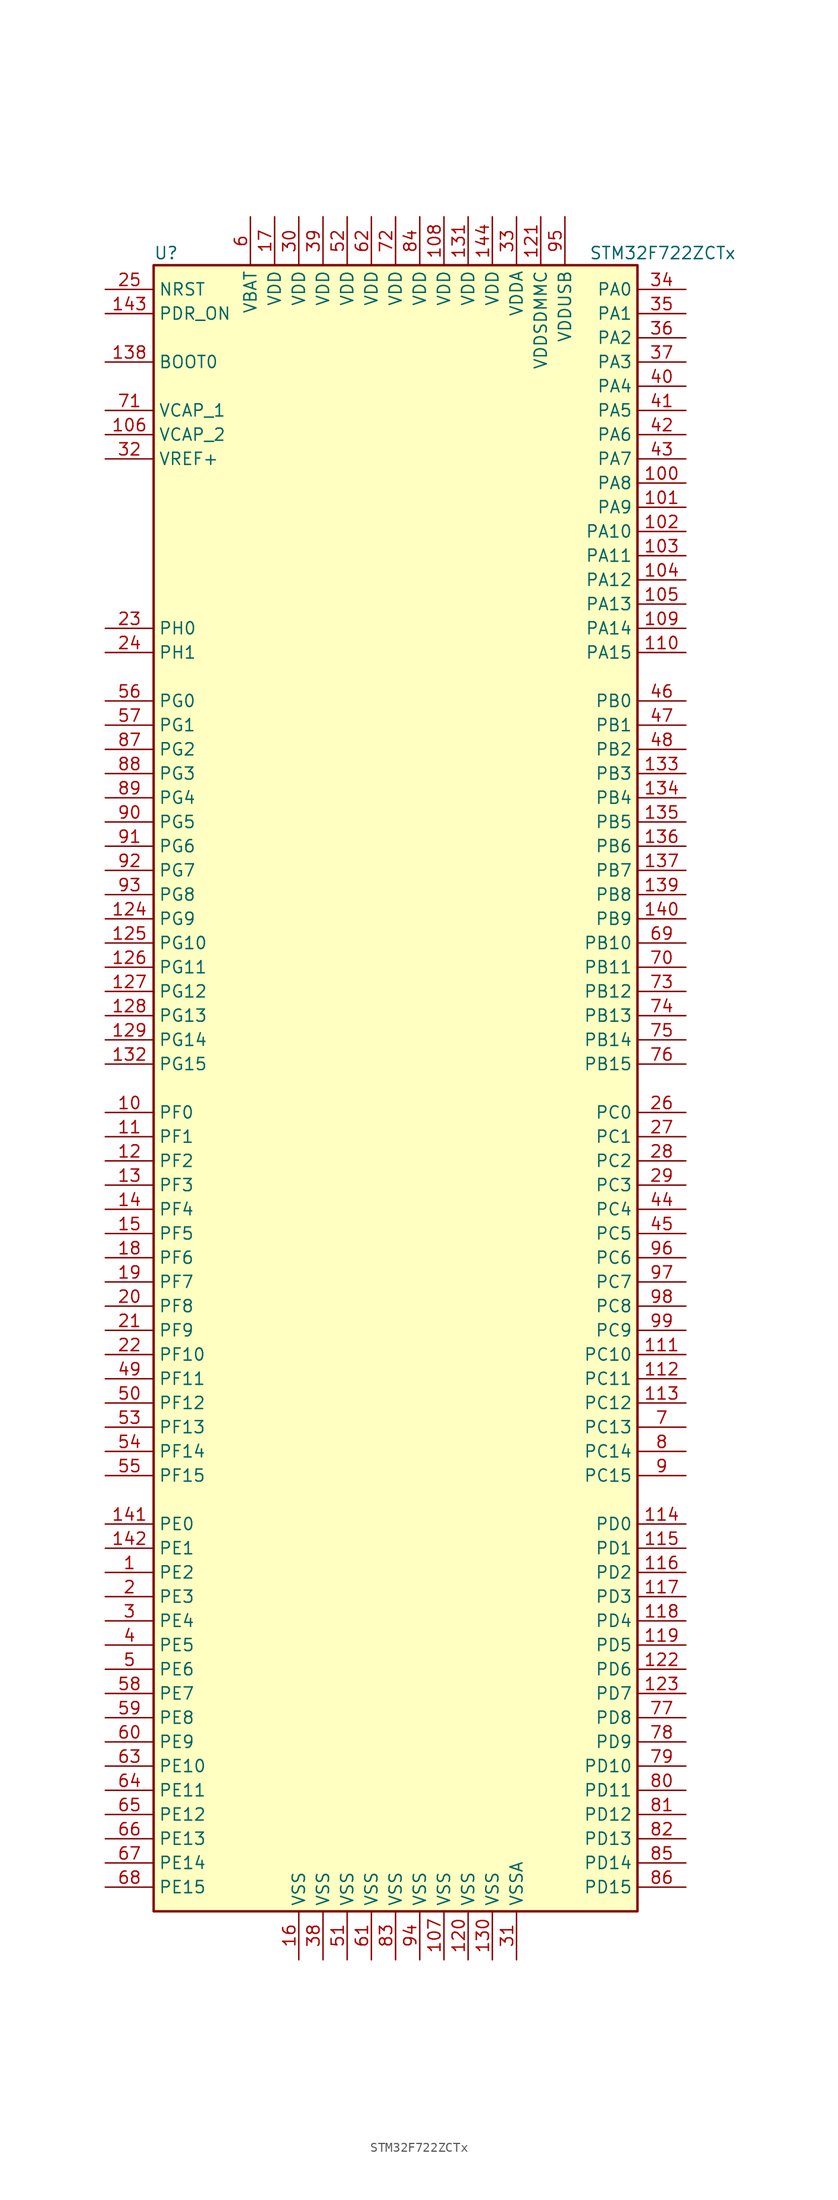
<source format=kicad_sym>
(kicad_symbol_lib
  (version 20201005)
  (generator kicad_symbol_editor)
  (symbol "STM32F722ZCTx"
    (property "Reference" "U"
      (at -25.4 87.63 0)
      (effects (font (size 1.27 1.27)) (justify left)))
    (property "Value" "STM32F722ZCTx"
      (at 20.32 87.63 0)
      (effects (font (size 1.27 1.27)) (justify left)))
    (symbol "STM32F722ZCTx_0_1"
      (rectangle (start -25.4 -86.36) (end 25.4 86.36) (stroke (width 0.254)) (fill (type background))))
    (symbol "STM32F722ZCTx_1_1"
      (pin bidirectional line (at -30.48 -50.8 0) (length 5.08) (name "PE2" (effects (font (size 1.27 1.27)))) (number "1" (effects (font (size 1.27 1.27)))))
      (pin bidirectional line (at -30.48 -2.54 0) (length 5.08) (name "PF0" (effects (font (size 1.27 1.27)))) (number "10" (effects (font (size 1.27 1.27)))))
      (pin bidirectional line (at 30.48 63.5 180) (length 5.08) (name "PA8" (effects (font (size 1.27 1.27)))) (number "100" (effects (font (size 1.27 1.27)))))
      (pin bidirectional line (at 30.48 60.96 180) (length 5.08) (name "PA9" (effects (font (size 1.27 1.27)))) (number "101" (effects (font (size 1.27 1.27)))))
      (pin bidirectional line (at 30.48 58.42 180) (length 5.08) (name "PA10" (effects (font (size 1.27 1.27)))) (number "102" (effects (font (size 1.27 1.27)))))
      (pin bidirectional line (at 30.48 55.88 180) (length 5.08) (name "PA11" (effects (font (size 1.27 1.27)))) (number "103" (effects (font (size 1.27 1.27)))))
      (pin bidirectional line (at 30.48 53.34 180) (length 5.08) (name "PA12" (effects (font (size 1.27 1.27)))) (number "104" (effects (font (size 1.27 1.27)))))
      (pin bidirectional line (at 30.48 50.8 180) (length 5.08) (name "PA13" (effects (font (size 1.27 1.27)))) (number "105" (effects (font (size 1.27 1.27)))))
      (pin power_in line (at -30.48 68.58 0) (length 5.08) (name "VCAP_2" (effects (font (size 1.27 1.27)))) (number "106" (effects (font (size 1.27 1.27)))))
      (pin power_in line (at 5.08 -91.44 90) (length 5.08) (name "VSS" (effects (font (size 1.27 1.27)))) (number "107" (effects (font (size 1.27 1.27)))))
      (pin power_in line (at 5.08 91.44 270) (length 5.08) (name "VDD" (effects (font (size 1.27 1.27)))) (number "108" (effects (font (size 1.27 1.27)))))
      (pin bidirectional line (at 30.48 48.26 180) (length 5.08) (name "PA14" (effects (font (size 1.27 1.27)))) (number "109" (effects (font (size 1.27 1.27)))))
      (pin bidirectional line (at -30.48 -5.08 0) (length 5.08) (name "PF1" (effects (font (size 1.27 1.27)))) (number "11" (effects (font (size 1.27 1.27)))))
      (pin bidirectional line (at 30.48 45.72 180) (length 5.08) (name "PA15" (effects (font (size 1.27 1.27)))) (number "110" (effects (font (size 1.27 1.27)))))
      (pin bidirectional line (at 30.48 -27.94 180) (length 5.08) (name "PC10" (effects (font (size 1.27 1.27)))) (number "111" (effects (font (size 1.27 1.27)))))
      (pin bidirectional line (at 30.48 -30.48 180) (length 5.08) (name "PC11" (effects (font (size 1.27 1.27)))) (number "112" (effects (font (size 1.27 1.27)))))
      (pin bidirectional line (at 30.48 -33.02 180) (length 5.08) (name "PC12" (effects (font (size 1.27 1.27)))) (number "113" (effects (font (size 1.27 1.27)))))
      (pin bidirectional line (at 30.48 -45.72 180) (length 5.08) (name "PD0" (effects (font (size 1.27 1.27)))) (number "114" (effects (font (size 1.27 1.27)))))
      (pin bidirectional line (at 30.48 -48.26 180) (length 5.08) (name "PD1" (effects (font (size 1.27 1.27)))) (number "115" (effects (font (size 1.27 1.27)))))
      (pin bidirectional line (at 30.48 -50.8 180) (length 5.08) (name "PD2" (effects (font (size 1.27 1.27)))) (number "116" (effects (font (size 1.27 1.27)))))
      (pin bidirectional line (at 30.48 -53.34 180) (length 5.08) (name "PD3" (effects (font (size 1.27 1.27)))) (number "117" (effects (font (size 1.27 1.27)))))
      (pin bidirectional line (at 30.48 -55.88 180) (length 5.08) (name "PD4" (effects (font (size 1.27 1.27)))) (number "118" (effects (font (size 1.27 1.27)))))
      (pin bidirectional line (at 30.48 -58.42 180) (length 5.08) (name "PD5" (effects (font (size 1.27 1.27)))) (number "119" (effects (font (size 1.27 1.27)))))
      (pin bidirectional line (at -30.48 -7.62 0) (length 5.08) (name "PF2" (effects (font (size 1.27 1.27)))) (number "12" (effects (font (size 1.27 1.27)))))
      (pin power_in line (at 7.62 -91.44 90) (length 5.08) (name "VSS" (effects (font (size 1.27 1.27)))) (number "120" (effects (font (size 1.27 1.27)))))
      (pin power_in line (at 15.24 91.44 270) (length 5.08) (name "VDDSDMMC" (effects (font (size 1.27 1.27)))) (number "121" (effects (font (size 1.27 1.27)))))
      (pin bidirectional line (at 30.48 -60.96 180) (length 5.08) (name "PD6" (effects (font (size 1.27 1.27)))) (number "122" (effects (font (size 1.27 1.27)))))
      (pin bidirectional line (at 30.48 -63.5 180) (length 5.08) (name "PD7" (effects (font (size 1.27 1.27)))) (number "123" (effects (font (size 1.27 1.27)))))
      (pin bidirectional line (at -30.48 17.78 0) (length 5.08) (name "PG9" (effects (font (size 1.27 1.27)))) (number "124" (effects (font (size 1.27 1.27)))))
      (pin bidirectional line (at -30.48 15.24 0) (length 5.08) (name "PG10" (effects (font (size 1.27 1.27)))) (number "125" (effects (font (size 1.27 1.27)))))
      (pin bidirectional line (at -30.48 12.7 0) (length 5.08) (name "PG11" (effects (font (size 1.27 1.27)))) (number "126" (effects (font (size 1.27 1.27)))))
      (pin bidirectional line (at -30.48 10.16 0) (length 5.08) (name "PG12" (effects (font (size 1.27 1.27)))) (number "127" (effects (font (size 1.27 1.27)))))
      (pin bidirectional line (at -30.48 7.62 0) (length 5.08) (name "PG13" (effects (font (size 1.27 1.27)))) (number "128" (effects (font (size 1.27 1.27)))))
      (pin bidirectional line (at -30.48 5.08 0) (length 5.08) (name "PG14" (effects (font (size 1.27 1.27)))) (number "129" (effects (font (size 1.27 1.27)))))
      (pin bidirectional line (at -30.48 -10.16 0) (length 5.08) (name "PF3" (effects (font (size 1.27 1.27)))) (number "13" (effects (font (size 1.27 1.27)))))
      (pin power_in line (at 10.16 -91.44 90) (length 5.08) (name "VSS" (effects (font (size 1.27 1.27)))) (number "130" (effects (font (size 1.27 1.27)))))
      (pin power_in line (at 7.62 91.44 270) (length 5.08) (name "VDD" (effects (font (size 1.27 1.27)))) (number "131" (effects (font (size 1.27 1.27)))))
      (pin bidirectional line (at -30.48 2.54 0) (length 5.08) (name "PG15" (effects (font (size 1.27 1.27)))) (number "132" (effects (font (size 1.27 1.27)))))
      (pin bidirectional line (at 30.48 33.02 180) (length 5.08) (name "PB3" (effects (font (size 1.27 1.27)))) (number "133" (effects (font (size 1.27 1.27)))))
      (pin bidirectional line (at 30.48 30.48 180) (length 5.08) (name "PB4" (effects (font (size 1.27 1.27)))) (number "134" (effects (font (size 1.27 1.27)))))
      (pin bidirectional line (at 30.48 27.94 180) (length 5.08) (name "PB5" (effects (font (size 1.27 1.27)))) (number "135" (effects (font (size 1.27 1.27)))))
      (pin bidirectional line (at 30.48 25.4 180) (length 5.08) (name "PB6" (effects (font (size 1.27 1.27)))) (number "136" (effects (font (size 1.27 1.27)))))
      (pin bidirectional line (at 30.48 22.86 180) (length 5.08) (name "PB7" (effects (font (size 1.27 1.27)))) (number "137" (effects (font (size 1.27 1.27)))))
      (pin input line (at -30.48 76.2 0) (length 5.08) (name "BOOT0" (effects (font (size 1.27 1.27)))) (number "138" (effects (font (size 1.27 1.27)))))
      (pin bidirectional line (at 30.48 20.32 180) (length 5.08) (name "PB8" (effects (font (size 1.27 1.27)))) (number "139" (effects (font (size 1.27 1.27)))))
      (pin bidirectional line (at -30.48 -12.7 0) (length 5.08) (name "PF4" (effects (font (size 1.27 1.27)))) (number "14" (effects (font (size 1.27 1.27)))))
      (pin bidirectional line (at 30.48 17.78 180) (length 5.08) (name "PB9" (effects (font (size 1.27 1.27)))) (number "140" (effects (font (size 1.27 1.27)))))
      (pin bidirectional line (at -30.48 -45.72 0) (length 5.08) (name "PE0" (effects (font (size 1.27 1.27)))) (number "141" (effects (font (size 1.27 1.27)))))
      (pin bidirectional line (at -30.48 -48.26 0) (length 5.08) (name "PE1" (effects (font (size 1.27 1.27)))) (number "142" (effects (font (size 1.27 1.27)))))
      (pin input line (at -30.48 81.28 0) (length 5.08) (name "PDR_ON" (effects (font (size 1.27 1.27)))) (number "143" (effects (font (size 1.27 1.27)))))
      (pin power_in line (at 10.16 91.44 270) (length 5.08) (name "VDD" (effects (font (size 1.27 1.27)))) (number "144" (effects (font (size 1.27 1.27)))))
      (pin bidirectional line (at -30.48 -15.24 0) (length 5.08) (name "PF5" (effects (font (size 1.27 1.27)))) (number "15" (effects (font (size 1.27 1.27)))))
      (pin power_in line (at -10.16 -91.44 90) (length 5.08) (name "VSS" (effects (font (size 1.27 1.27)))) (number "16" (effects (font (size 1.27 1.27)))))
      (pin power_in line (at -12.7 91.44 270) (length 5.08) (name "VDD" (effects (font (size 1.27 1.27)))) (number "17" (effects (font (size 1.27 1.27)))))
      (pin bidirectional line (at -30.48 -17.78 0) (length 5.08) (name "PF6" (effects (font (size 1.27 1.27)))) (number "18" (effects (font (size 1.27 1.27)))))
      (pin bidirectional line (at -30.48 -20.32 0) (length 5.08) (name "PF7" (effects (font (size 1.27 1.27)))) (number "19" (effects (font (size 1.27 1.27)))))
      (pin bidirectional line (at -30.48 -53.34 0) (length 5.08) (name "PE3" (effects (font (size 1.27 1.27)))) (number "2" (effects (font (size 1.27 1.27)))))
      (pin bidirectional line (at -30.48 -22.86 0) (length 5.08) (name "PF8" (effects (font (size 1.27 1.27)))) (number "20" (effects (font (size 1.27 1.27)))))
      (pin bidirectional line (at -30.48 -25.4 0) (length 5.08) (name "PF9" (effects (font (size 1.27 1.27)))) (number "21" (effects (font (size 1.27 1.27)))))
      (pin bidirectional line (at -30.48 -27.94 0) (length 5.08) (name "PF10" (effects (font (size 1.27 1.27)))) (number "22" (effects (font (size 1.27 1.27)))))
      (pin input line (at -30.48 48.26 0) (length 5.08) (name "PH0" (effects (font (size 1.27 1.27)))) (number "23" (effects (font (size 1.27 1.27)))))
      (pin input line (at -30.48 45.72 0) (length 5.08) (name "PH1" (effects (font (size 1.27 1.27)))) (number "24" (effects (font (size 1.27 1.27)))))
      (pin input line (at -30.48 83.82 0) (length 5.08) (name "NRST" (effects (font (size 1.27 1.27)))) (number "25" (effects (font (size 1.27 1.27)))))
      (pin bidirectional line (at 30.48 -2.54 180) (length 5.08) (name "PC0" (effects (font (size 1.27 1.27)))) (number "26" (effects (font (size 1.27 1.27)))))
      (pin bidirectional line (at 30.48 -5.08 180) (length 5.08) (name "PC1" (effects (font (size 1.27 1.27)))) (number "27" (effects (font (size 1.27 1.27)))))
      (pin bidirectional line (at 30.48 -7.62 180) (length 5.08) (name "PC2" (effects (font (size 1.27 1.27)))) (number "28" (effects (font (size 1.27 1.27)))))
      (pin bidirectional line (at 30.48 -10.16 180) (length 5.08) (name "PC3" (effects (font (size 1.27 1.27)))) (number "29" (effects (font (size 1.27 1.27)))))
      (pin bidirectional line (at -30.48 -55.88 0) (length 5.08) (name "PE4" (effects (font (size 1.27 1.27)))) (number "3" (effects (font (size 1.27 1.27)))))
      (pin power_in line (at -10.16 91.44 270) (length 5.08) (name "VDD" (effects (font (size 1.27 1.27)))) (number "30" (effects (font (size 1.27 1.27)))))
      (pin power_in line (at 12.7 -91.44 90) (length 5.08) (name "VSSA" (effects (font (size 1.27 1.27)))) (number "31" (effects (font (size 1.27 1.27)))))
      (pin power_in line (at -30.48 66.04 0) (length 5.08) (name "VREF+" (effects (font (size 1.27 1.27)))) (number "32" (effects (font (size 1.27 1.27)))))
      (pin power_in line (at 12.7 91.44 270) (length 5.08) (name "VDDA" (effects (font (size 1.27 1.27)))) (number "33" (effects (font (size 1.27 1.27)))))
      (pin bidirectional line (at 30.48 83.82 180) (length 5.08) (name "PA0" (effects (font (size 1.27 1.27)))) (number "34" (effects (font (size 1.27 1.27)))))
      (pin bidirectional line (at 30.48 81.28 180) (length 5.08) (name "PA1" (effects (font (size 1.27 1.27)))) (number "35" (effects (font (size 1.27 1.27)))))
      (pin bidirectional line (at 30.48 78.74 180) (length 5.08) (name "PA2" (effects (font (size 1.27 1.27)))) (number "36" (effects (font (size 1.27 1.27)))))
      (pin bidirectional line (at 30.48 76.2 180) (length 5.08) (name "PA3" (effects (font (size 1.27 1.27)))) (number "37" (effects (font (size 1.27 1.27)))))
      (pin power_in line (at -7.62 -91.44 90) (length 5.08) (name "VSS" (effects (font (size 1.27 1.27)))) (number "38" (effects (font (size 1.27 1.27)))))
      (pin power_in line (at -7.62 91.44 270) (length 5.08) (name "VDD" (effects (font (size 1.27 1.27)))) (number "39" (effects (font (size 1.27 1.27)))))
      (pin bidirectional line (at -30.48 -58.42 0) (length 5.08) (name "PE5" (effects (font (size 1.27 1.27)))) (number "4" (effects (font (size 1.27 1.27)))))
      (pin bidirectional line (at 30.48 73.66 180) (length 5.08) (name "PA4" (effects (font (size 1.27 1.27)))) (number "40" (effects (font (size 1.27 1.27)))))
      (pin bidirectional line (at 30.48 71.12 180) (length 5.08) (name "PA5" (effects (font (size 1.27 1.27)))) (number "41" (effects (font (size 1.27 1.27)))))
      (pin bidirectional line (at 30.48 68.58 180) (length 5.08) (name "PA6" (effects (font (size 1.27 1.27)))) (number "42" (effects (font (size 1.27 1.27)))))
      (pin bidirectional line (at 30.48 66.04 180) (length 5.08) (name "PA7" (effects (font (size 1.27 1.27)))) (number "43" (effects (font (size 1.27 1.27)))))
      (pin bidirectional line (at 30.48 -12.7 180) (length 5.08) (name "PC4" (effects (font (size 1.27 1.27)))) (number "44" (effects (font (size 1.27 1.27)))))
      (pin bidirectional line (at 30.48 -15.24 180) (length 5.08) (name "PC5" (effects (font (size 1.27 1.27)))) (number "45" (effects (font (size 1.27 1.27)))))
      (pin bidirectional line (at 30.48 40.64 180) (length 5.08) (name "PB0" (effects (font (size 1.27 1.27)))) (number "46" (effects (font (size 1.27 1.27)))))
      (pin bidirectional line (at 30.48 38.1 180) (length 5.08) (name "PB1" (effects (font (size 1.27 1.27)))) (number "47" (effects (font (size 1.27 1.27)))))
      (pin bidirectional line (at 30.48 35.56 180) (length 5.08) (name "PB2" (effects (font (size 1.27 1.27)))) (number "48" (effects (font (size 1.27 1.27)))))
      (pin bidirectional line (at -30.48 -30.48 0) (length 5.08) (name "PF11" (effects (font (size 1.27 1.27)))) (number "49" (effects (font (size 1.27 1.27)))))
      (pin bidirectional line (at -30.48 -60.96 0) (length 5.08) (name "PE6" (effects (font (size 1.27 1.27)))) (number "5" (effects (font (size 1.27 1.27)))))
      (pin bidirectional line (at -30.48 -33.02 0) (length 5.08) (name "PF12" (effects (font (size 1.27 1.27)))) (number "50" (effects (font (size 1.27 1.27)))))
      (pin power_in line (at -5.08 -91.44 90) (length 5.08) (name "VSS" (effects (font (size 1.27 1.27)))) (number "51" (effects (font (size 1.27 1.27)))))
      (pin power_in line (at -5.08 91.44 270) (length 5.08) (name "VDD" (effects (font (size 1.27 1.27)))) (number "52" (effects (font (size 1.27 1.27)))))
      (pin bidirectional line (at -30.48 -35.56 0) (length 5.08) (name "PF13" (effects (font (size 1.27 1.27)))) (number "53" (effects (font (size 1.27 1.27)))))
      (pin bidirectional line (at -30.48 -38.1 0) (length 5.08) (name "PF14" (effects (font (size 1.27 1.27)))) (number "54" (effects (font (size 1.27 1.27)))))
      (pin bidirectional line (at -30.48 -40.64 0) (length 5.08) (name "PF15" (effects (font (size 1.27 1.27)))) (number "55" (effects (font (size 1.27 1.27)))))
      (pin bidirectional line (at -30.48 40.64 0) (length 5.08) (name "PG0" (effects (font (size 1.27 1.27)))) (number "56" (effects (font (size 1.27 1.27)))))
      (pin bidirectional line (at -30.48 38.1 0) (length 5.08) (name "PG1" (effects (font (size 1.27 1.27)))) (number "57" (effects (font (size 1.27 1.27)))))
      (pin bidirectional line (at -30.48 -63.5 0) (length 5.08) (name "PE7" (effects (font (size 1.27 1.27)))) (number "58" (effects (font (size 1.27 1.27)))))
      (pin bidirectional line (at -30.48 -66.04 0) (length 5.08) (name "PE8" (effects (font (size 1.27 1.27)))) (number "59" (effects (font (size 1.27 1.27)))))
      (pin power_in line (at -15.24 91.44 270) (length 5.08) (name "VBAT" (effects (font (size 1.27 1.27)))) (number "6" (effects (font (size 1.27 1.27)))))
      (pin bidirectional line (at -30.48 -68.58 0) (length 5.08) (name "PE9" (effects (font (size 1.27 1.27)))) (number "60" (effects (font (size 1.27 1.27)))))
      (pin power_in line (at -2.54 -91.44 90) (length 5.08) (name "VSS" (effects (font (size 1.27 1.27)))) (number "61" (effects (font (size 1.27 1.27)))))
      (pin power_in line (at -2.54 91.44 270) (length 5.08) (name "VDD" (effects (font (size 1.27 1.27)))) (number "62" (effects (font (size 1.27 1.27)))))
      (pin bidirectional line (at -30.48 -71.12 0) (length 5.08) (name "PE10" (effects (font (size 1.27 1.27)))) (number "63" (effects (font (size 1.27 1.27)))))
      (pin bidirectional line (at -30.48 -73.66 0) (length 5.08) (name "PE11" (effects (font (size 1.27 1.27)))) (number "64" (effects (font (size 1.27 1.27)))))
      (pin bidirectional line (at -30.48 -76.2 0) (length 5.08) (name "PE12" (effects (font (size 1.27 1.27)))) (number "65" (effects (font (size 1.27 1.27)))))
      (pin bidirectional line (at -30.48 -78.74 0) (length 5.08) (name "PE13" (effects (font (size 1.27 1.27)))) (number "66" (effects (font (size 1.27 1.27)))))
      (pin bidirectional line (at -30.48 -81.28 0) (length 5.08) (name "PE14" (effects (font (size 1.27 1.27)))) (number "67" (effects (font (size 1.27 1.27)))))
      (pin bidirectional line (at -30.48 -83.82 0) (length 5.08) (name "PE15" (effects (font (size 1.27 1.27)))) (number "68" (effects (font (size 1.27 1.27)))))
      (pin bidirectional line (at 30.48 15.24 180) (length 5.08) (name "PB10" (effects (font (size 1.27 1.27)))) (number "69" (effects (font (size 1.27 1.27)))))
      (pin bidirectional line (at 30.48 -35.56 180) (length 5.08) (name "PC13" (effects (font (size 1.27 1.27)))) (number "7" (effects (font (size 1.27 1.27)))))
      (pin bidirectional line (at 30.48 12.7 180) (length 5.08) (name "PB11" (effects (font (size 1.27 1.27)))) (number "70" (effects (font (size 1.27 1.27)))))
      (pin power_in line (at -30.48 71.12 0) (length 5.08) (name "VCAP_1" (effects (font (size 1.27 1.27)))) (number "71" (effects (font (size 1.27 1.27)))))
      (pin power_in line (at 0 91.44 270) (length 5.08) (name "VDD" (effects (font (size 1.27 1.27)))) (number "72" (effects (font (size 1.27 1.27)))))
      (pin bidirectional line (at 30.48 10.16 180) (length 5.08) (name "PB12" (effects (font (size 1.27 1.27)))) (number "73" (effects (font (size 1.27 1.27)))))
      (pin bidirectional line (at 30.48 7.62 180) (length 5.08) (name "PB13" (effects (font (size 1.27 1.27)))) (number "74" (effects (font (size 1.27 1.27)))))
      (pin bidirectional line (at 30.48 5.08 180) (length 5.08) (name "PB14" (effects (font (size 1.27 1.27)))) (number "75" (effects (font (size 1.27 1.27)))))
      (pin bidirectional line (at 30.48 2.54 180) (length 5.08) (name "PB15" (effects (font (size 1.27 1.27)))) (number "76" (effects (font (size 1.27 1.27)))))
      (pin bidirectional line (at 30.48 -66.04 180) (length 5.08) (name "PD8" (effects (font (size 1.27 1.27)))) (number "77" (effects (font (size 1.27 1.27)))))
      (pin bidirectional line (at 30.48 -68.58 180) (length 5.08) (name "PD9" (effects (font (size 1.27 1.27)))) (number "78" (effects (font (size 1.27 1.27)))))
      (pin bidirectional line (at 30.48 -71.12 180) (length 5.08) (name "PD10" (effects (font (size 1.27 1.27)))) (number "79" (effects (font (size 1.27 1.27)))))
      (pin bidirectional line (at 30.48 -38.1 180) (length 5.08) (name "PC14" (effects (font (size 1.27 1.27)))) (number "8" (effects (font (size 1.27 1.27)))))
      (pin bidirectional line (at 30.48 -73.66 180) (length 5.08) (name "PD11" (effects (font (size 1.27 1.27)))) (number "80" (effects (font (size 1.27 1.27)))))
      (pin bidirectional line (at 30.48 -76.2 180) (length 5.08) (name "PD12" (effects (font (size 1.27 1.27)))) (number "81" (effects (font (size 1.27 1.27)))))
      (pin bidirectional line (at 30.48 -78.74 180) (length 5.08) (name "PD13" (effects (font (size 1.27 1.27)))) (number "82" (effects (font (size 1.27 1.27)))))
      (pin power_in line (at 0 -91.44 90) (length 5.08) (name "VSS" (effects (font (size 1.27 1.27)))) (number "83" (effects (font (size 1.27 1.27)))))
      (pin power_in line (at 2.54 91.44 270) (length 5.08) (name "VDD" (effects (font (size 1.27 1.27)))) (number "84" (effects (font (size 1.27 1.27)))))
      (pin bidirectional line (at 30.48 -81.28 180) (length 5.08) (name "PD14" (effects (font (size 1.27 1.27)))) (number "85" (effects (font (size 1.27 1.27)))))
      (pin bidirectional line (at 30.48 -83.82 180) (length 5.08) (name "PD15" (effects (font (size 1.27 1.27)))) (number "86" (effects (font (size 1.27 1.27)))))
      (pin bidirectional line (at -30.48 35.56 0) (length 5.08) (name "PG2" (effects (font (size 1.27 1.27)))) (number "87" (effects (font (size 1.27 1.27)))))
      (pin bidirectional line (at -30.48 33.02 0) (length 5.08) (name "PG3" (effects (font (size 1.27 1.27)))) (number "88" (effects (font (size 1.27 1.27)))))
      (pin bidirectional line (at -30.48 30.48 0) (length 5.08) (name "PG4" (effects (font (size 1.27 1.27)))) (number "89" (effects (font (size 1.27 1.27)))))
      (pin bidirectional line (at 30.48 -40.64 180) (length 5.08) (name "PC15" (effects (font (size 1.27 1.27)))) (number "9" (effects (font (size 1.27 1.27)))))
      (pin bidirectional line (at -30.48 27.94 0) (length 5.08) (name "PG5" (effects (font (size 1.27 1.27)))) (number "90" (effects (font (size 1.27 1.27)))))
      (pin bidirectional line (at -30.48 25.4 0) (length 5.08) (name "PG6" (effects (font (size 1.27 1.27)))) (number "91" (effects (font (size 1.27 1.27)))))
      (pin bidirectional line (at -30.48 22.86 0) (length 5.08) (name "PG7" (effects (font (size 1.27 1.27)))) (number "92" (effects (font (size 1.27 1.27)))))
      (pin bidirectional line (at -30.48 20.32 0) (length 5.08) (name "PG8" (effects (font (size 1.27 1.27)))) (number "93" (effects (font (size 1.27 1.27)))))
      (pin power_in line (at 2.54 -91.44 90) (length 5.08) (name "VSS" (effects (font (size 1.27 1.27)))) (number "94" (effects (font (size 1.27 1.27)))))
      (pin power_in line (at 17.78 91.44 270) (length 5.08) (name "VDDUSB" (effects (font (size 1.27 1.27)))) (number "95" (effects (font (size 1.27 1.27)))))
      (pin bidirectional line (at 30.48 -17.78 180) (length 5.08) (name "PC6" (effects (font (size 1.27 1.27)))) (number "96" (effects (font (size 1.27 1.27)))))
      (pin bidirectional line (at 30.48 -20.32 180) (length 5.08) (name "PC7" (effects (font (size 1.27 1.27)))) (number "97" (effects (font (size 1.27 1.27)))))
      (pin bidirectional line (at 30.48 -22.86 180) (length 5.08) (name "PC8" (effects (font (size 1.27 1.27)))) (number "98" (effects (font (size 1.27 1.27)))))
      (pin bidirectional line (at 30.48 -25.4 180) (length 5.08) (name "PC9" (effects (font (size 1.27 1.27)))) (number "99" (effects (font (size 1.27 1.27))))))))
</source>
